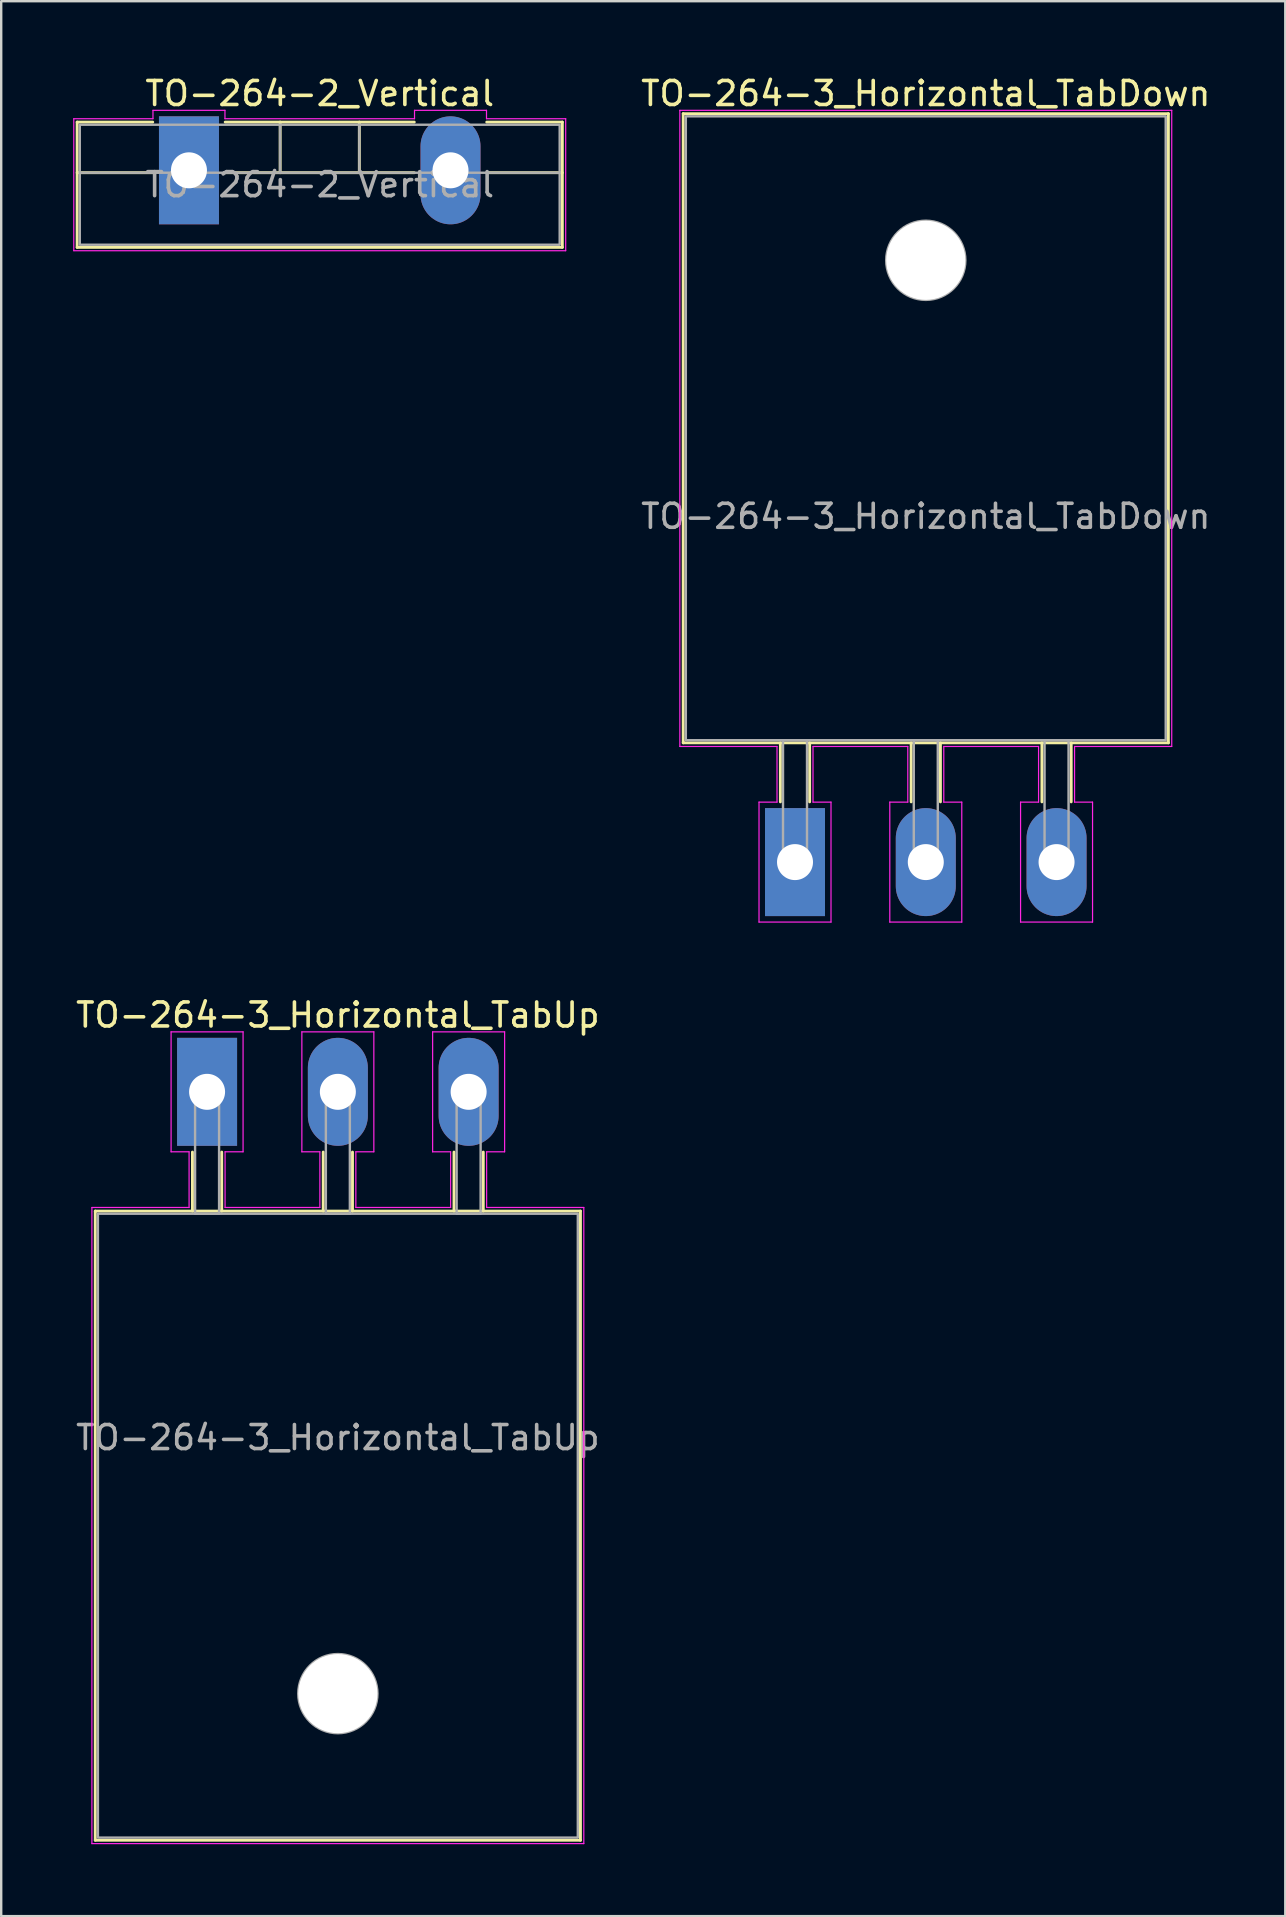
<source format=kicad_pcb>
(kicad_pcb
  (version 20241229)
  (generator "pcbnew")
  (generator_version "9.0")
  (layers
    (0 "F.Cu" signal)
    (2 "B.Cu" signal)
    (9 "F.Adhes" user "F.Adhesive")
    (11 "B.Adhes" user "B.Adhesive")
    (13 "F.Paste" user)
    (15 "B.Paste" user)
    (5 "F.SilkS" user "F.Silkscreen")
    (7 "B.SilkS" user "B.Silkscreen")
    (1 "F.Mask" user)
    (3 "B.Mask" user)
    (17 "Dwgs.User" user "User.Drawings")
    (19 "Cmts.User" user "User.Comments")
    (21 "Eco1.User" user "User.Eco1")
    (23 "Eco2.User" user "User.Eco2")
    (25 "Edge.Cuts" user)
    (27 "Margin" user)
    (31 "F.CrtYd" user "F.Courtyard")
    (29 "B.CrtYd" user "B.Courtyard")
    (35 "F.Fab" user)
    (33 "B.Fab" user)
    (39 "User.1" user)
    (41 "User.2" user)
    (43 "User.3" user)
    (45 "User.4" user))
  (footprint "TO-264-3_Horizontal_TabUp"
    (layer "F.Cu")
    (at 5.58 42.452)
    (property "Reference" "TO-264-3_Horizontal_TabUp" (at 5.45 -3.2 0) (layer "F.SilkS") (effects (font (size 1 1) (thickness 0.15))))
    (attr through_hole)
    (fp_line (start -4.66 4.97) (end -4.66 31.19) (stroke (width 0.12) (type solid)) (layer "F.SilkS"))
    (fp_line (start -4.66 4.97) (end 15.56 4.97) (stroke (width 0.12) (type solid)) (layer "F.SilkS"))
    (fp_line (start -4.66 31.19) (end 15.56 31.19) (stroke (width 0.12) (type solid)) (layer "F.SilkS"))
    (fp_line (start -0.61 4.97) (end -0.61 2.51) (stroke (width 0.12) (type solid)) (layer "F.SilkS"))
    (fp_line (start 0.61 4.97) (end 0.61 2.51) (stroke (width 0.12) (type solid)) (layer "F.SilkS"))
    (fp_line (start 4.84 4.97) (end 4.84 2.51) (stroke (width 0.12) (type solid)) (layer "F.SilkS"))
    (fp_line (start 6.06 4.97) (end 6.06 2.51) (stroke (width 0.12) (type solid)) (layer "F.SilkS"))
    (fp_line (start 10.29 4.97) (end 10.29 2.51) (stroke (width 0.12) (type solid)) (layer "F.SilkS"))
    (fp_line (start 11.51 4.97) (end 11.51 2.51) (stroke (width 0.12) (type solid)) (layer "F.SilkS"))
    (fp_line (start 15.56 4.97) (end 15.56 31.19) (stroke (width 0.12) (type solid)) (layer "F.SilkS"))
    (fp_line (start -4.8 4.82) (end -0.75 4.82) (stroke (width 0.05) (type solid)) (layer "F.CrtYd"))
    (fp_line (start -4.8 31.33) (end -4.8 4.82) (stroke (width 0.05) (type solid)) (layer "F.CrtYd"))
    (fp_line (start -1.5 -2.5) (end 1.5 -2.5) (stroke (width 0.05) (type solid)) (layer "F.CrtYd"))
    (fp_line (start -1.5 2.5) (end -1.5 -2.5) (stroke (width 0.05) (type solid)) (layer "F.CrtYd"))
    (fp_line (start -0.75 2.5) (end -1.5 2.5) (stroke (width 0.05) (type solid)) (layer "F.CrtYd"))
    (fp_line (start -0.75 4.82) (end -0.75 2.5) (stroke (width 0.05) (type solid)) (layer "F.CrtYd"))
    (fp_line (start 0.75 2.5) (end 0.75 4.82) (stroke (width 0.05) (type solid)) (layer "F.CrtYd"))
    (fp_line (start 0.75 4.82) (end 4.7 4.82) (stroke (width 0.05) (type solid)) (layer "F.CrtYd"))
    (fp_line (start 1.5 -2.5) (end 1.5 2.5) (stroke (width 0.05) (type solid)) (layer "F.CrtYd"))
    (fp_line (start 1.5 2.5) (end 0.75 2.5) (stroke (width 0.05) (type solid)) (layer "F.CrtYd"))
    (fp_line (start 3.95 -2.5) (end 6.95 -2.5) (stroke (width 0.05) (type solid)) (layer "F.CrtYd"))
    (fp_line (start 3.95 2.5) (end 3.95 -2.5) (stroke (width 0.05) (type solid)) (layer "F.CrtYd"))
    (fp_line (start 4.7 2.5) (end 3.95 2.5) (stroke (width 0.05) (type solid)) (layer "F.CrtYd"))
    (fp_line (start 4.7 4.82) (end 4.7 2.5) (stroke (width 0.05) (type solid)) (layer "F.CrtYd"))
    (fp_line (start 6.2 2.5) (end 6.2 4.82) (stroke (width 0.05) (type solid)) (layer "F.CrtYd"))
    (fp_line (start 6.2 4.82) (end 10.15 4.82) (stroke (width 0.05) (type solid)) (layer "F.CrtYd"))
    (fp_line (start 6.95 -2.5) (end 6.95 2.5) (stroke (width 0.05) (type solid)) (layer "F.CrtYd"))
    (fp_line (start 6.95 2.5) (end 6.2 2.5) (stroke (width 0.05) (type solid)) (layer "F.CrtYd"))
    (fp_line (start 9.4 -2.5) (end 12.4 -2.5) (stroke (width 0.05) (type solid)) (layer "F.CrtYd"))
    (fp_line (start 9.4 2.5) (end 9.4 -2.5) (stroke (width 0.05) (type solid)) (layer "F.CrtYd"))
    (fp_line (start 10.15 2.5) (end 9.4 2.5) (stroke (width 0.05) (type solid)) (layer "F.CrtYd"))
    (fp_line (start 10.15 4.82) (end 10.15 2.5) (stroke (width 0.05) (type solid)) (layer "F.CrtYd"))
    (fp_line (start 11.65 2.5) (end 11.65 4.82) (stroke (width 0.05) (type solid)) (layer "F.CrtYd"))
    (fp_line (start 11.65 4.82) (end 15.7 4.82) (stroke (width 0.05) (type solid)) (layer "F.CrtYd"))
    (fp_line (start 12.4 -2.5) (end 12.4 2.5) (stroke (width 0.05) (type solid)) (layer "F.CrtYd"))
    (fp_line (start 12.4 2.5) (end 11.65 2.5) (stroke (width 0.05) (type solid)) (layer "F.CrtYd"))
    (fp_line (start 15.7 4.82) (end 15.7 31.33) (stroke (width 0.05) (type solid)) (layer "F.CrtYd"))
    (fp_line (start 15.7 31.33) (end -4.8 31.33) (stroke (width 0.05) (type solid)) (layer "F.CrtYd"))
    (fp_rect (start -4.55 5.08) (end 15.45 31.08) (stroke (width 0.1) (type solid)) (fill no) (layer "F.Fab"))
    (fp_rect (start -0.5 0) (end 0.5 5.08) (stroke (width 0.1) (type solid)) (fill no) (layer "F.Fab"))
    (fp_rect (start 4.95 0) (end 5.95 5.08) (stroke (width 0.1) (type solid)) (fill no) (layer "F.Fab"))
    (fp_rect (start 10.4 0) (end 11.4 5.08) (stroke (width 0.1) (type solid)) (fill no) (layer "F.Fab"))
    (fp_circle (center 5.45 25.08) (end 7.1 25.08) (stroke (width 0.1) (type solid)) (fill no) (layer "F.Fab"))
    (fp_text user "${REFERENCE}" (at 5.45 14.41 0) (layer "F.Fab") (effects (font (size 1 1) (thickness 0.15))))
    (pad "" np_thru_hole circle (at 5.45 25.08) (size 3.3 3.3) (drill 3.3) (layers "*.Cu" "*.Mask"))
    (pad "1" thru_hole rect (at 0 0) (size 2.5 4.5) (drill 1.5) (layers "*.Cu" "*.Mask"))
    (pad "2" thru_hole oval (at 5.45 0) (size 2.5 4.5) (drill 1.5) (layers "*.Cu" "*.Mask"))
    (pad "3" thru_hole oval (at 10.9 0) (size 2.5 4.5) (drill 1.5) (layers "*.Cu" "*.Mask")))
  (footprint "TO-264-2_Vertical"
    (layer "F.Cu")
    (at 4.825 4.048)
    (property "Reference" "TO-264-2_Vertical" (at 5.45 -3.2 0) (layer "F.SilkS") (effects (font (size 1 1) (thickness 0.15))))
    (attr through_hole)
    (fp_line (start -4.66 -2.01) (end -1.51 -2.01) (stroke (width 0.12) (type solid)) (layer "F.SilkS"))
    (fp_line (start -4.66 0.1) (end -1.51 0.1) (stroke (width 0.12) (type solid)) (layer "F.SilkS"))
    (fp_line (start -4.66 3.21) (end -4.66 -2.01) (stroke (width 0.12) (type solid)) (layer "F.SilkS"))
    (fp_line (start 1.51 -2.01) (end 9.39 -2.01) (stroke (width 0.12) (type solid)) (layer "F.SilkS"))
    (fp_line (start 1.51 0.1) (end 9.39 0.1) (stroke (width 0.12) (type solid)) (layer "F.SilkS"))
    (fp_line (start 3.8 -2.01) (end 3.8 0.1) (stroke (width 0.12) (type solid)) (layer "F.SilkS"))
    (fp_line (start 7.1 -2.01) (end 7.1 0.1) (stroke (width 0.12) (type solid)) (layer "F.SilkS"))
    (fp_line (start 12.41 -2.01) (end 15.56 -2.01) (stroke (width 0.12) (type solid)) (layer "F.SilkS"))
    (fp_line (start 12.41 0.1) (end 15.56 0.1) (stroke (width 0.12) (type solid)) (layer "F.SilkS"))
    (fp_line (start 15.56 -2.01) (end 15.56 3.21) (stroke (width 0.12) (type solid)) (layer "F.SilkS"))
    (fp_line (start 15.56 3.21) (end -4.66 3.21) (stroke (width 0.12) (type solid)) (layer "F.SilkS"))
    (fp_line (start -4.8 -2.15) (end -1.5 -2.15) (stroke (width 0.05) (type solid)) (layer "F.CrtYd"))
    (fp_line (start -4.8 3.35) (end -4.8 -2.15) (stroke (width 0.05) (type solid)) (layer "F.CrtYd"))
    (fp_line (start -1.5 -2.5) (end 1.5 -2.5) (stroke (width 0.05) (type solid)) (layer "F.CrtYd"))
    (fp_line (start -1.5 -2.15) (end -1.5 -2.5) (stroke (width 0.05) (type solid)) (layer "F.CrtYd"))
    (fp_line (start 1.5 -2.5) (end 1.5 -2.15) (stroke (width 0.05) (type solid)) (layer "F.CrtYd"))
    (fp_line (start 1.5 -2.15) (end 9.4 -2.15) (stroke (width 0.05) (type solid)) (layer "F.CrtYd"))
    (fp_line (start 9.4 -2.5) (end 12.4 -2.5) (stroke (width 0.05) (type solid)) (layer "F.CrtYd"))
    (fp_line (start 9.4 -2.15) (end 9.4 -2.5) (stroke (width 0.05) (type solid)) (layer "F.CrtYd"))
    (fp_line (start 12.4 -2.5) (end 12.4 -2.15) (stroke (width 0.05) (type solid)) (layer "F.CrtYd"))
    (fp_line (start 12.4 -2.15) (end 15.7 -2.15) (stroke (width 0.05) (type solid)) (layer "F.CrtYd"))
    (fp_line (start 15.7 -2.15) (end 15.7 3.35) (stroke (width 0.05) (type solid)) (layer "F.CrtYd"))
    (fp_line (start 15.7 3.35) (end -4.8 3.35) (stroke (width 0.05) (type solid)) (layer "F.CrtYd"))
    (fp_line (start -4.55 0.1) (end 15.45 0.1) (stroke (width 0.1) (type solid)) (layer "F.Fab"))
    (fp_line (start 3.8 -1.9) (end 3.8 0.1) (stroke (width 0.1) (type solid)) (layer "F.Fab"))
    (fp_line (start 7.1 -1.9) (end 7.1 0.1) (stroke (width 0.1) (type solid)) (layer "F.Fab"))
    (fp_rect (start -4.55 -1.9) (end 15.45 3.1) (stroke (width 0.1) (type solid)) (fill no) (layer "F.Fab"))
    (fp_text user "${REFERENCE}" (at 5.45 0.6 0) (layer "F.Fab") (effects (font (size 1 1) (thickness 0.15))))
    (pad "1" thru_hole rect (at 0 0) (size 2.5 4.5) (drill 1.5) (layers "*.Cu" "*.Mask"))
    (pad "2" thru_hole oval (at 10.9 0) (size 2.5 4.5) (drill 1.5) (layers "*.Cu" "*.Mask")))
  (footprint "TO-264-3_Horizontal_TabDown"
    (layer "F.Cu")
    (at 30.082 32.878)
    (property "Reference" "TO-264-3_Horizontal_TabDown" (at 5.45 -32.03 0) (layer "F.SilkS") (effects (font (size 1 1) (thickness 0.15))))
    (attr through_hole)
    (fp_line (start -4.66 -31.19) (end 15.56 -31.19) (stroke (width 0.12) (type solid)) (layer "F.SilkS"))
    (fp_line (start -4.66 -4.97) (end -4.66 -31.19) (stroke (width 0.12) (type solid)) (layer "F.SilkS"))
    (fp_line (start -4.66 -4.97) (end 15.56 -4.97) (stroke (width 0.12) (type solid)) (layer "F.SilkS"))
    (fp_line (start -0.61 -4.97) (end -0.61 -2.51) (stroke (width 0.12) (type solid)) (layer "F.SilkS"))
    (fp_line (start 0.61 -4.97) (end 0.61 -2.51) (stroke (width 0.12) (type solid)) (layer "F.SilkS"))
    (fp_line (start 4.84 -4.97) (end 4.84 -2.51) (stroke (width 0.12) (type solid)) (layer "F.SilkS"))
    (fp_line (start 6.06 -4.97) (end 6.06 -2.51) (stroke (width 0.12) (type solid)) (layer "F.SilkS"))
    (fp_line (start 10.29 -4.97) (end 10.29 -2.51) (stroke (width 0.12) (type solid)) (layer "F.SilkS"))
    (fp_line (start 11.51 -4.97) (end 11.51 -2.51) (stroke (width 0.12) (type solid)) (layer "F.SilkS"))
    (fp_line (start 15.56 -4.97) (end 15.56 -31.19) (stroke (width 0.12) (type solid)) (layer "F.SilkS"))
    (fp_line (start -4.8 -31.33) (end 15.7 -31.33) (stroke (width 0.05) (type solid)) (layer "F.CrtYd"))
    (fp_line (start -4.8 -4.82) (end -4.8 -31.33) (stroke (width 0.05) (type solid)) (layer "F.CrtYd"))
    (fp_line (start -1.5 -2.5) (end -0.75 -2.5) (stroke (width 0.05) (type solid)) (layer "F.CrtYd"))
    (fp_line (start -1.5 2.5) (end -1.5 -2.5) (stroke (width 0.05) (type solid)) (layer "F.CrtYd"))
    (fp_line (start -0.75 -4.82) (end -4.8 -4.82) (stroke (width 0.05) (type solid)) (layer "F.CrtYd"))
    (fp_line (start -0.75 -2.5) (end -0.75 -4.82) (stroke (width 0.05) (type solid)) (layer "F.CrtYd"))
    (fp_line (start 0.75 -4.82) (end 0.75 -2.5) (stroke (width 0.05) (type solid)) (layer "F.CrtYd"))
    (fp_line (start 0.75 -2.5) (end 1.5 -2.5) (stroke (width 0.05) (type solid)) (layer "F.CrtYd"))
    (fp_line (start 1.5 -2.5) (end 1.5 2.5) (stroke (width 0.05) (type solid)) (layer "F.CrtYd"))
    (fp_line (start 1.5 2.5) (end -1.5 2.5) (stroke (width 0.05) (type solid)) (layer "F.CrtYd"))
    (fp_line (start 3.95 -2.5) (end 4.7 -2.5) (stroke (width 0.05) (type solid)) (layer "F.CrtYd"))
    (fp_line (start 3.95 2.5) (end 3.95 -2.5) (stroke (width 0.05) (type solid)) (layer "F.CrtYd"))
    (fp_line (start 4.7 -4.82) (end 0.75 -4.82) (stroke (width 0.05) (type solid)) (layer "F.CrtYd"))
    (fp_line (start 4.7 -2.5) (end 4.7 -4.82) (stroke (width 0.05) (type solid)) (layer "F.CrtYd"))
    (fp_line (start 6.2 -4.82) (end 6.2 -2.5) (stroke (width 0.05) (type solid)) (layer "F.CrtYd"))
    (fp_line (start 6.2 -2.5) (end 6.95 -2.5) (stroke (width 0.05) (type solid)) (layer "F.CrtYd"))
    (fp_line (start 6.95 -2.5) (end 6.95 2.5) (stroke (width 0.05) (type solid)) (layer "F.CrtYd"))
    (fp_line (start 6.95 2.5) (end 3.95 2.5) (stroke (width 0.05) (type solid)) (layer "F.CrtYd"))
    (fp_line (start 9.4 -2.5) (end 10.15 -2.5) (stroke (width 0.05) (type solid)) (layer "F.CrtYd"))
    (fp_line (start 9.4 2.5) (end 9.4 -2.5) (stroke (width 0.05) (type solid)) (layer "F.CrtYd"))
    (fp_line (start 10.15 -4.82) (end 6.2 -4.82) (stroke (width 0.05) (type solid)) (layer "F.CrtYd"))
    (fp_line (start 10.15 -2.5) (end 10.15 -4.82) (stroke (width 0.05) (type solid)) (layer "F.CrtYd"))
    (fp_line (start 11.65 -4.82) (end 11.65 -2.5) (stroke (width 0.05) (type solid)) (layer "F.CrtYd"))
    (fp_line (start 11.65 -2.5) (end 12.4 -2.5) (stroke (width 0.05) (type solid)) (layer "F.CrtYd"))
    (fp_line (start 12.4 -2.5) (end 12.4 2.5) (stroke (width 0.05) (type solid)) (layer "F.CrtYd"))
    (fp_line (start 12.4 2.5) (end 9.4 2.5) (stroke (width 0.05) (type solid)) (layer "F.CrtYd"))
    (fp_line (start 15.7 -31.33) (end 15.7 -4.82) (stroke (width 0.05) (type solid)) (layer "F.CrtYd"))
    (fp_line (start 15.7 -4.82) (end 11.65 -4.82) (stroke (width 0.05) (type solid)) (layer "F.CrtYd"))
    (fp_rect (start -4.55 -31.08) (end 15.45 -5.08) (stroke (width 0.1) (type solid)) (fill no) (layer "F.Fab"))
    (fp_rect (start -0.5 -5.08) (end 0.5 0) (stroke (width 0.1) (type solid)) (fill no) (layer "F.Fab"))
    (fp_rect (start 4.95 -5.08) (end 5.95 0) (stroke (width 0.1) (type solid)) (fill no) (layer "F.Fab"))
    (fp_rect (start 10.4 -5.08) (end 11.4 0) (stroke (width 0.1) (type solid)) (fill no) (layer "F.Fab"))
    (fp_circle (center 5.45 -25.08) (end 7.1 -25.08) (stroke (width 0.1) (type solid)) (fill no) (layer "F.Fab"))
    (fp_text user "${REFERENCE}" (at 5.45 -14.41 0) (layer "F.Fab") (effects (font (size 1 1) (thickness 0.15))))
    (pad "" np_thru_hole circle (at 5.45 -25.08) (size 3.3 3.3) (drill 3.3) (layers "*.Cu" "*.Mask"))
    (pad "1" thru_hole rect (at 0 0) (size 2.5 4.5) (drill 1.5) (layers "*.Cu" "*.Mask"))
    (pad "2" thru_hole oval (at 5.45 0) (size 2.5 4.5) (drill 1.5) (layers "*.Cu" "*.Mask"))
    (pad "3" thru_hole oval (at 10.9 0) (size 2.5 4.5) (drill 1.5) (layers "*.Cu" "*.Mask")))
  (gr_rect
    (start -3 -3)
    (end 50.514 76.806)
    (stroke (width 0.1) (type default))
    (fill no)
    (layer "Edge.Cuts")))
</source>
